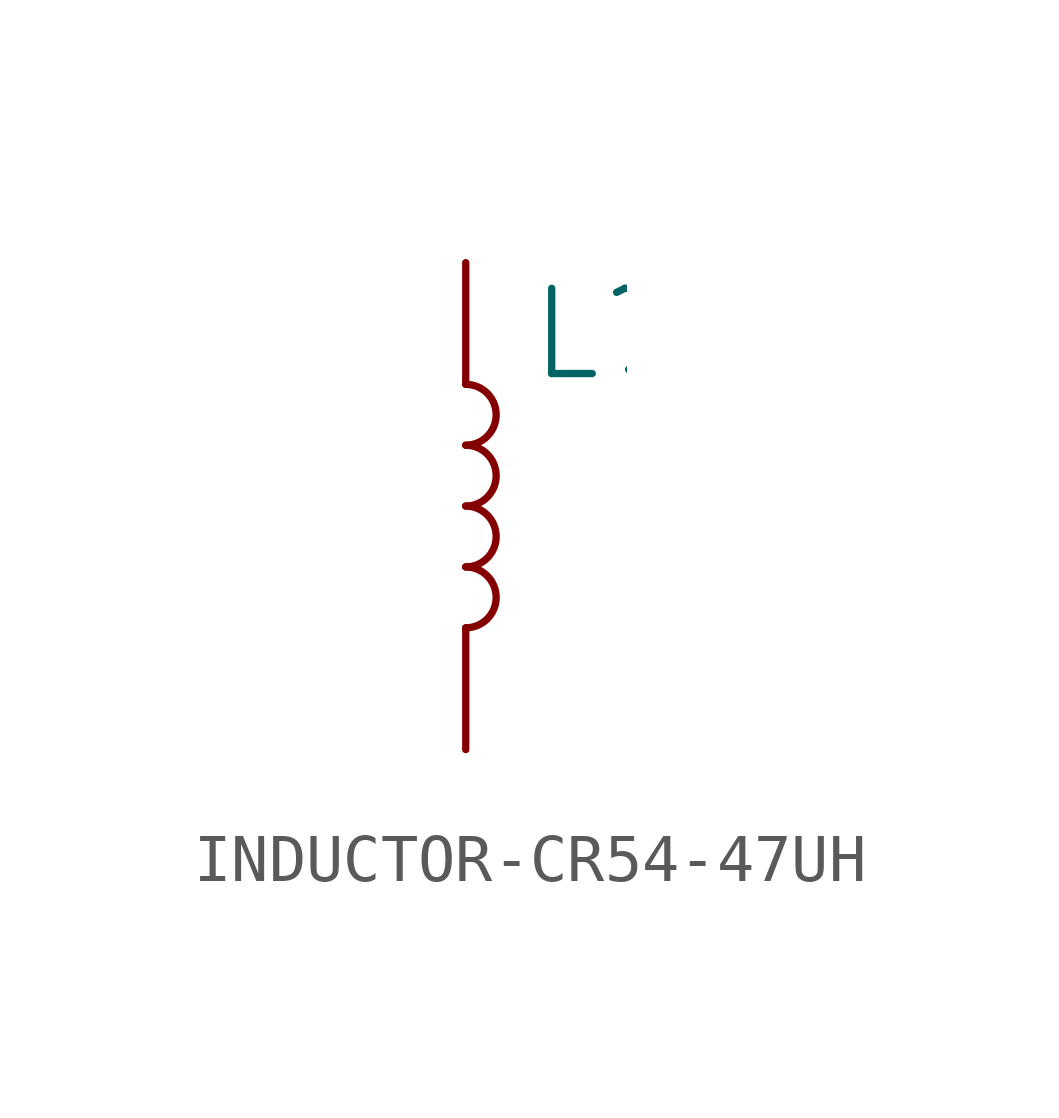
<source format=kicad_sym>
(kicad_symbol_lib
  (version 20220914)
  (generator kicad_symbol_editor)
  (symbol "INDUCTOR-CR54-47UH"
    (property "Reference" "L"
      (at 1.27 2.54 0)
      (effects (font (size 1.778 1.778)) (justify left bottom)))
    (property "Value" ""
      (at 1.27 -2.54 0)
      (effects (font (size 1.778 1.778)) (justify left top)))
    (property "ki_locked" ""
      (at 0 0 0)
      (effects (font (size 1.27 1.27))))
    (symbol "INDUCTOR-CR54-47UH_1_0"
      (arc (start 0 -2.54) (mid 0.6323 -1.905) (end 0 -1.27) (stroke (width 0.1524) (type solid)) (fill (type none)))
      (arc (start 0 -1.27) (mid 0.6323 -0.635) (end 0 0) (stroke (width 0.1524) (type solid)) (fill (type none)))
      (arc (start 0 0) (mid 0.6323 0.635) (end 0 1.27) (stroke (width 0.1524) (type solid)) (fill (type none)))
      (arc (start 0 1.27) (mid 0.6323 1.905) (end 0 2.54) (stroke (width 0.1524) (type solid)) (fill (type none)))
      (pin passive line (at 0 5.08 270) (length 2.54) (name "1" (effects (font (size 0 0)))) (number "P$1" (effects (font (size 0 0)))))
      (pin passive line (at 0 -5.08 90) (length 2.54) (name "2" (effects (font (size 0 0)))) (number "P$2" (effects (font (size 0 0))))))))
</source>
